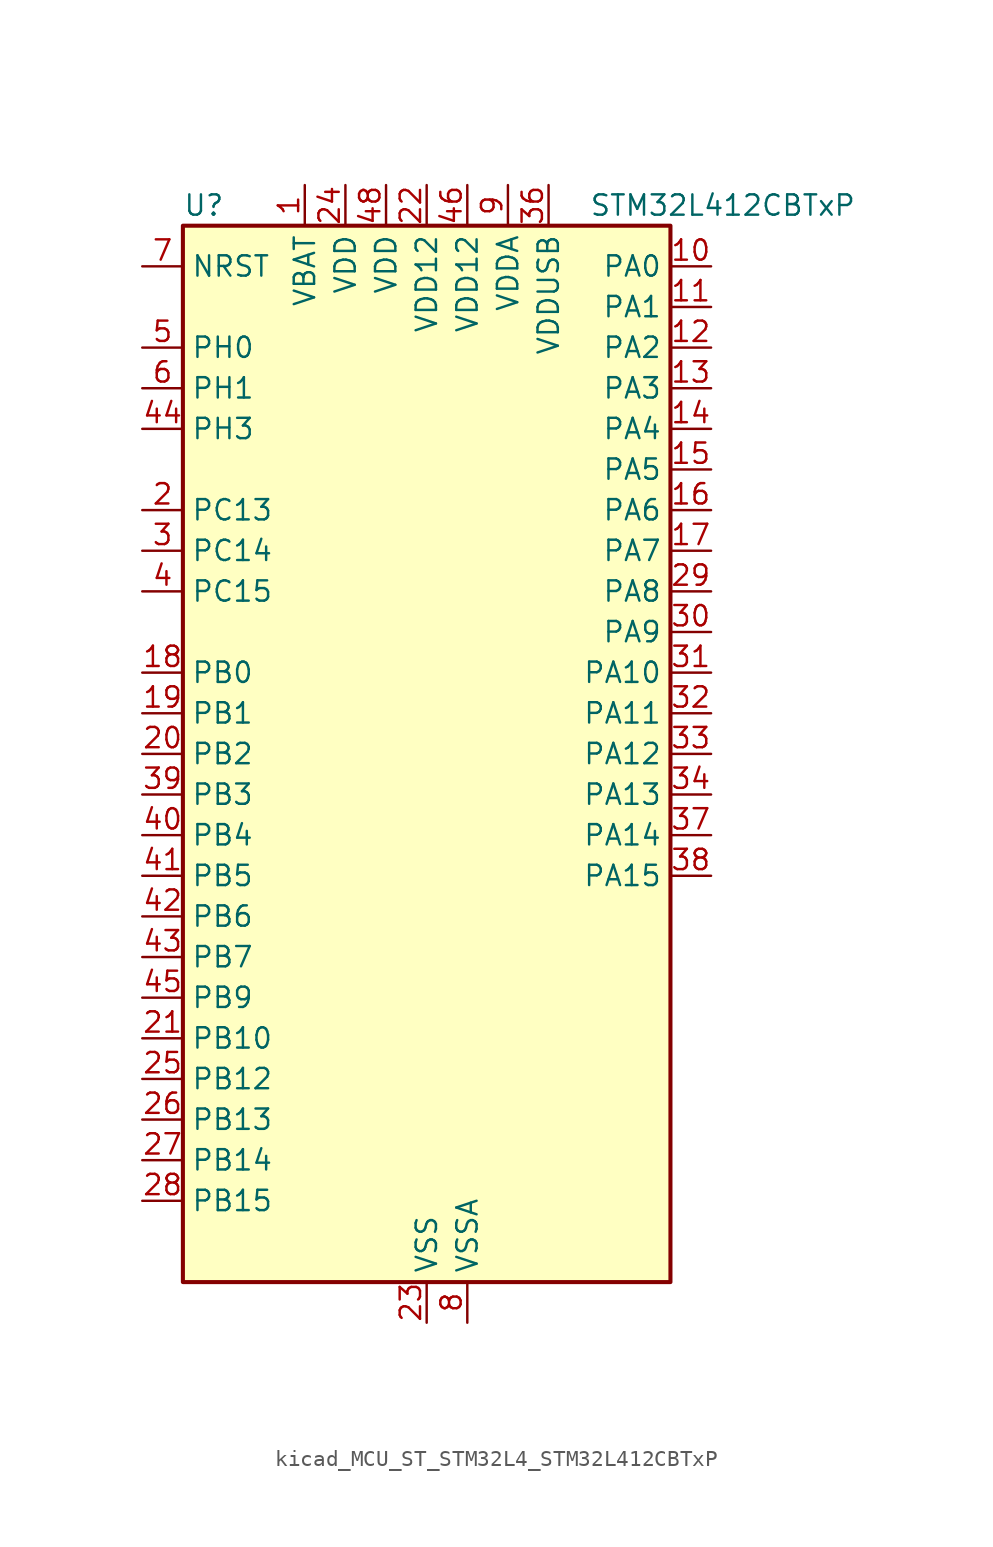
<source format=kicad_sym>
(kicad_symbol_lib
  (version 20220914)
  (generator kicad_symbol_editor)
  (symbol "kicad_MCU_ST_STM32L4_STM32L412CBTxP"
    (property "Reference" "U"
      (at -15.24 34.29 0)
      (effects (font (size 1.27 1.27)) (justify left)))
    (property "Value" "STM32L412CBTxP"
      (at 10.16 34.29 0)
      (effects (font (size 1.27 1.27)) (justify left)))
    (property "ki_locked" ""
      (at 0 0 0)
      (effects (font (size 1.27 1.27))))
    (symbol "kicad_MCU_ST_STM32L4_STM32L412CBTxP_0_1"
      (rectangle (start -15.24 -33.02) (end 15.24 33.02) (stroke (width 0.254) (type default)) (fill (type background))))
    (symbol "kicad_MCU_ST_STM32L4_STM32L412CBTxP_1_1"
      (pin power_in line (at -7.62 35.56 270) (length 2.54) (name "VBAT" (effects (font (size 1.27 1.27)))) (number "1" (effects (font (size 1.27 1.27)))))
      (pin bidirectional line (at 17.78 30.48 180) (length 2.54) (name "PA0" (effects (font (size 1.27 1.27)))) (number "10" (effects (font (size 1.27 1.27)))) (alternate "ADC1_IN5" bidirectional line) (alternate "COMP1_INM" bidirectional line) (alternate "COMP1_OUT" bidirectional line) (alternate "OPAMP1_VINP" bidirectional line) (alternate "RTC_TAMP2" bidirectional line) (alternate "SYS_WKUP1" bidirectional line) (alternate "TIM2_CH1" bidirectional line) (alternate "TIM2_ETR" bidirectional line) (alternate "USART2_CTS" bidirectional line))
      (pin bidirectional line (at 17.78 27.94 180) (length 2.54) (name "PA1" (effects (font (size 1.27 1.27)))) (number "11" (effects (font (size 1.27 1.27)))) (alternate "ADC1_IN6" bidirectional line) (alternate "COMP1_INP" bidirectional line) (alternate "I2C1_SMBA" bidirectional line) (alternate "OPAMP1_VINM" bidirectional line) (alternate "SPI1_SCK" bidirectional line) (alternate "TIM15_CH1N" bidirectional line) (alternate "TIM2_CH2" bidirectional line) (alternate "USART2_DE" bidirectional line) (alternate "USART2_RTS" bidirectional line))
      (pin bidirectional line (at 17.78 25.4 180) (length 2.54) (name "PA2" (effects (font (size 1.27 1.27)))) (number "12" (effects (font (size 1.27 1.27)))) (alternate "ADC1_IN7" bidirectional line) (alternate "ADC2_IN7" bidirectional line) (alternate "LPUART1_TX" bidirectional line) (alternate "QUADSPI_BK1_NCS" bidirectional line) (alternate "RCC_LSCO" bidirectional line) (alternate "SYS_WKUP4" bidirectional line) (alternate "TIM15_CH1" bidirectional line) (alternate "TIM2_CH3" bidirectional line) (alternate "USART2_TX" bidirectional line))
      (pin bidirectional line (at 17.78 22.86 180) (length 2.54) (name "PA3" (effects (font (size 1.27 1.27)))) (number "13" (effects (font (size 1.27 1.27)))) (alternate "ADC1_IN8" bidirectional line) (alternate "ADC2_IN8" bidirectional line) (alternate "LPUART1_RX" bidirectional line) (alternate "OPAMP1_VOUT" bidirectional line) (alternate "QUADSPI_CLK" bidirectional line) (alternate "TIM15_CH2" bidirectional line) (alternate "TIM2_CH4" bidirectional line) (alternate "USART2_RX" bidirectional line))
      (pin bidirectional line (at 17.78 20.32 180) (length 2.54) (name "PA4" (effects (font (size 1.27 1.27)))) (number "14" (effects (font (size 1.27 1.27)))) (alternate "ADC1_IN9" bidirectional line) (alternate "ADC2_IN9" bidirectional line) (alternate "COMP1_INM" bidirectional line) (alternate "LPTIM2_OUT" bidirectional line) (alternate "SPI1_NSS" bidirectional line) (alternate "USART2_CK" bidirectional line))
      (pin bidirectional line (at 17.78 17.78 180) (length 2.54) (name "PA5" (effects (font (size 1.27 1.27)))) (number "15" (effects (font (size 1.27 1.27)))) (alternate "ADC1_IN10" bidirectional line) (alternate "ADC2_IN10" bidirectional line) (alternate "COMP1_INM" bidirectional line) (alternate "LPTIM2_ETR" bidirectional line) (alternate "SPI1_SCK" bidirectional line) (alternate "TIM2_CH1" bidirectional line) (alternate "TIM2_ETR" bidirectional line))
      (pin bidirectional line (at 17.78 15.24 180) (length 2.54) (name "PA6" (effects (font (size 1.27 1.27)))) (number "16" (effects (font (size 1.27 1.27)))) (alternate "ADC1_IN11" bidirectional line) (alternate "ADC2_IN11" bidirectional line) (alternate "COMP1_OUT" bidirectional line) (alternate "LPUART1_CTS" bidirectional line) (alternate "QUADSPI_BK1_IO3" bidirectional line) (alternate "SPI1_MISO" bidirectional line) (alternate "TIM16_CH1" bidirectional line) (alternate "TIM1_BKIN" bidirectional line) (alternate "USART3_CTS" bidirectional line))
      (pin bidirectional line (at 17.78 12.7 180) (length 2.54) (name "PA7" (effects (font (size 1.27 1.27)))) (number "17" (effects (font (size 1.27 1.27)))) (alternate "ADC1_IN12" bidirectional line) (alternate "ADC2_IN12" bidirectional line) (alternate "I2C3_SCL" bidirectional line) (alternate "QUADSPI_BK1_IO2" bidirectional line) (alternate "SPI1_MOSI" bidirectional line) (alternate "TIM1_CH1N" bidirectional line))
      (pin bidirectional line (at -17.78 5.08 0) (length 2.54) (name "PB0" (effects (font (size 1.27 1.27)))) (number "18" (effects (font (size 1.27 1.27)))) (alternate "ADC1_IN15" bidirectional line) (alternate "ADC2_IN15" bidirectional line) (alternate "COMP1_OUT" bidirectional line) (alternate "QUADSPI_BK1_IO1" bidirectional line) (alternate "SPI1_NSS" bidirectional line) (alternate "SYS_TRACED0" bidirectional line) (alternate "TIM1_CH2N" bidirectional line) (alternate "USART3_CK" bidirectional line))
      (pin bidirectional line (at -17.78 2.54 0) (length 2.54) (name "PB1" (effects (font (size 1.27 1.27)))) (number "19" (effects (font (size 1.27 1.27)))) (alternate "ADC1_IN16" bidirectional line) (alternate "ADC2_IN16" bidirectional line) (alternate "COMP1_INM" bidirectional line) (alternate "LPTIM2_IN1" bidirectional line) (alternate "LPUART1_DE" bidirectional line) (alternate "LPUART1_RTS" bidirectional line) (alternate "QUADSPI_BK1_IO0" bidirectional line) (alternate "SYS_TRACED1" bidirectional line) (alternate "TIM1_CH3N" bidirectional line) (alternate "USART3_DE" bidirectional line) (alternate "USART3_RTS" bidirectional line))
      (pin bidirectional line (at -17.78 15.24 0) (length 2.54) (name "PC13" (effects (font (size 1.27 1.27)))) (number "2" (effects (font (size 1.27 1.27)))) (alternate "RTC_OUT_ALARM" bidirectional line) (alternate "RTC_OUT_CALIB" bidirectional line) (alternate "RTC_TAMP1" bidirectional line) (alternate "RTC_TS" bidirectional line) (alternate "SYS_WKUP2" bidirectional line))
      (pin bidirectional line (at -17.78 0 0) (length 2.54) (name "PB2" (effects (font (size 1.27 1.27)))) (number "20" (effects (font (size 1.27 1.27)))) (alternate "COMP1_INP" bidirectional line) (alternate "I2C3_SMBA" bidirectional line) (alternate "LPTIM1_OUT" bidirectional line) (alternate "RTC_OUT_ALARM" bidirectional line) (alternate "RTC_OUT_CALIB" bidirectional line))
      (pin bidirectional line (at -17.78 -17.78 0) (length 2.54) (name "PB10" (effects (font (size 1.27 1.27)))) (number "21" (effects (font (size 1.27 1.27)))) (alternate "COMP1_OUT" bidirectional line) (alternate "I2C2_SCL" bidirectional line) (alternate "LPUART1_RX" bidirectional line) (alternate "QUADSPI_CLK" bidirectional line) (alternate "SPI2_SCK" bidirectional line) (alternate "TIM2_CH3" bidirectional line) (alternate "TSC_SYNC" bidirectional line) (alternate "USART3_TX" bidirectional line))
      (pin power_in line (at 0 35.56 270) (length 2.54) (name "VDD12" (effects (font (size 1.27 1.27)))) (number "22" (effects (font (size 1.27 1.27)))))
      (pin power_in line (at 0 -35.56 90) (length 2.54) (name "VSS" (effects (font (size 1.27 1.27)))) (number "23" (effects (font (size 1.27 1.27)))))
      (pin power_in line (at -5.08 35.56 270) (length 2.54) (name "VDD" (effects (font (size 1.27 1.27)))) (number "24" (effects (font (size 1.27 1.27)))))
      (pin bidirectional line (at -17.78 -20.32 0) (length 2.54) (name "PB12" (effects (font (size 1.27 1.27)))) (number "25" (effects (font (size 1.27 1.27)))) (alternate "I2C2_SMBA" bidirectional line) (alternate "LPUART1_DE" bidirectional line) (alternate "LPUART1_RTS" bidirectional line) (alternate "SPI2_NSS" bidirectional line) (alternate "TIM15_BKIN" bidirectional line) (alternate "TIM1_BKIN" bidirectional line) (alternate "TSC_G1_IO1" bidirectional line) (alternate "USART3_CK" bidirectional line))
      (pin bidirectional line (at -17.78 -22.86 0) (length 2.54) (name "PB13" (effects (font (size 1.27 1.27)))) (number "26" (effects (font (size 1.27 1.27)))) (alternate "I2C2_SCL" bidirectional line) (alternate "LPUART1_CTS" bidirectional line) (alternate "SPI2_SCK" bidirectional line) (alternate "TIM15_CH1N" bidirectional line) (alternate "TIM1_CH1N" bidirectional line) (alternate "TSC_G1_IO2" bidirectional line) (alternate "USART3_CTS" bidirectional line))
      (pin bidirectional line (at -17.78 -25.4 0) (length 2.54) (name "PB14" (effects (font (size 1.27 1.27)))) (number "27" (effects (font (size 1.27 1.27)))) (alternate "I2C2_SDA" bidirectional line) (alternate "SPI2_MISO" bidirectional line) (alternate "TIM15_CH1" bidirectional line) (alternate "TIM1_CH2N" bidirectional line) (alternate "TSC_G1_IO3" bidirectional line) (alternate "USART3_DE" bidirectional line) (alternate "USART3_RTS" bidirectional line))
      (pin bidirectional line (at -17.78 -27.94 0) (length 2.54) (name "PB15" (effects (font (size 1.27 1.27)))) (number "28" (effects (font (size 1.27 1.27)))) (alternate "ADC1_EXTI15" bidirectional line) (alternate "ADC2_EXTI15" bidirectional line) (alternate "RTC_REFIN" bidirectional line) (alternate "SPI2_MOSI" bidirectional line) (alternate "TIM15_CH2" bidirectional line) (alternate "TIM1_CH3N" bidirectional line) (alternate "TSC_G1_IO4" bidirectional line))
      (pin bidirectional line (at 17.78 10.16 180) (length 2.54) (name "PA8" (effects (font (size 1.27 1.27)))) (number "29" (effects (font (size 1.27 1.27)))) (alternate "LPTIM2_OUT" bidirectional line) (alternate "RCC_MCO" bidirectional line) (alternate "TIM1_CH1" bidirectional line) (alternate "USART1_CK" bidirectional line))
      (pin bidirectional line (at -17.78 12.7 0) (length 2.54) (name "PC14" (effects (font (size 1.27 1.27)))) (number "3" (effects (font (size 1.27 1.27)))) (alternate "RCC_OSC32_IN" bidirectional line))
      (pin bidirectional line (at 17.78 7.62 180) (length 2.54) (name "PA9" (effects (font (size 1.27 1.27)))) (number "30" (effects (font (size 1.27 1.27)))) (alternate "I2C1_SCL" bidirectional line) (alternate "TIM15_BKIN" bidirectional line) (alternate "TIM1_CH2" bidirectional line) (alternate "USART1_TX" bidirectional line))
      (pin bidirectional line (at 17.78 5.08 180) (length 2.54) (name "PA10" (effects (font (size 1.27 1.27)))) (number "31" (effects (font (size 1.27 1.27)))) (alternate "CRS_SYNC" bidirectional line) (alternate "I2C1_SDA" bidirectional line) (alternate "TIM1_CH3" bidirectional line) (alternate "USART1_RX" bidirectional line))
      (pin bidirectional line (at 17.78 2.54 180) (length 2.54) (name "PA11" (effects (font (size 1.27 1.27)))) (number "32" (effects (font (size 1.27 1.27)))) (alternate "ADC1_EXTI11" bidirectional line) (alternate "ADC2_EXTI11" bidirectional line) (alternate "COMP1_OUT" bidirectional line) (alternate "SPI1_MISO" bidirectional line) (alternate "TIM1_BKIN2" bidirectional line) (alternate "TIM1_BKIN2_COMP1" bidirectional line) (alternate "TIM1_CH4" bidirectional line) (alternate "USART1_CTS" bidirectional line) (alternate "USB_DM" bidirectional line))
      (pin bidirectional line (at 17.78 0 180) (length 2.54) (name "PA12" (effects (font (size 1.27 1.27)))) (number "33" (effects (font (size 1.27 1.27)))) (alternate "SPI1_MOSI" bidirectional line) (alternate "TIM1_ETR" bidirectional line) (alternate "USART1_DE" bidirectional line) (alternate "USART1_RTS" bidirectional line) (alternate "USB_DP" bidirectional line))
      (pin bidirectional line (at 17.78 -2.54 180) (length 2.54) (name "PA13" (effects (font (size 1.27 1.27)))) (number "34" (effects (font (size 1.27 1.27)))) (alternate "IR_OUT" bidirectional line) (alternate "SYS_JTMS-SWDIO" bidirectional line) (alternate "USB_NOE" bidirectional line))
      (pin passive line (at 0 -35.56 90) (length 2.54) hide (name "VSS" (effects (font (size 1.27 1.27)))) (number "35" (effects (font (size 1.27 1.27)))))
      (pin power_in line (at 7.62 35.56 270) (length 2.54) (name "VDDUSB" (effects (font (size 1.27 1.27)))) (number "36" (effects (font (size 1.27 1.27)))))
      (pin bidirectional line (at 17.78 -5.08 180) (length 2.54) (name "PA14" (effects (font (size 1.27 1.27)))) (number "37" (effects (font (size 1.27 1.27)))) (alternate "I2C1_SMBA" bidirectional line) (alternate "LPTIM1_OUT" bidirectional line) (alternate "SYS_JTCK-SWCLK" bidirectional line))
      (pin bidirectional line (at 17.78 -7.62 180) (length 2.54) (name "PA15" (effects (font (size 1.27 1.27)))) (number "38" (effects (font (size 1.27 1.27)))) (alternate "ADC1_EXTI15" bidirectional line) (alternate "ADC2_EXTI15" bidirectional line) (alternate "SPI1_NSS" bidirectional line) (alternate "SYS_JTDI" bidirectional line) (alternate "TIM2_CH1" bidirectional line) (alternate "TIM2_ETR" bidirectional line) (alternate "USART2_RX" bidirectional line) (alternate "USART3_DE" bidirectional line) (alternate "USART3_RTS" bidirectional line))
      (pin bidirectional line (at -17.78 -2.54 0) (length 2.54) (name "PB3" (effects (font (size 1.27 1.27)))) (number "39" (effects (font (size 1.27 1.27)))) (alternate "SPI1_SCK" bidirectional line) (alternate "SYS_JTDO-SWO" bidirectional line) (alternate "TIM2_CH2" bidirectional line) (alternate "USART1_DE" bidirectional line) (alternate "USART1_RTS" bidirectional line))
      (pin bidirectional line (at -17.78 10.16 0) (length 2.54) (name "PC15" (effects (font (size 1.27 1.27)))) (number "4" (effects (font (size 1.27 1.27)))) (alternate "ADC1_EXTI15" bidirectional line) (alternate "ADC2_EXTI15" bidirectional line) (alternate "RCC_OSC32_OUT" bidirectional line))
      (pin bidirectional line (at -17.78 -5.08 0) (length 2.54) (name "PB4" (effects (font (size 1.27 1.27)))) (number "40" (effects (font (size 1.27 1.27)))) (alternate "I2C3_SDA" bidirectional line) (alternate "SPI1_MISO" bidirectional line) (alternate "SYS_JTRST" bidirectional line) (alternate "TSC_G2_IO1" bidirectional line) (alternate "USART1_CTS" bidirectional line))
      (pin bidirectional line (at -17.78 -7.62 0) (length 2.54) (name "PB5" (effects (font (size 1.27 1.27)))) (number "41" (effects (font (size 1.27 1.27)))) (alternate "I2C1_SMBA" bidirectional line) (alternate "LPTIM1_IN1" bidirectional line) (alternate "SPI1_MOSI" bidirectional line) (alternate "SYS_TRACED2" bidirectional line) (alternate "TIM16_BKIN" bidirectional line) (alternate "TSC_G2_IO2" bidirectional line) (alternate "USART1_CK" bidirectional line))
      (pin bidirectional line (at -17.78 -10.16 0) (length 2.54) (name "PB6" (effects (font (size 1.27 1.27)))) (number "42" (effects (font (size 1.27 1.27)))) (alternate "I2C1_SCL" bidirectional line) (alternate "LPTIM1_ETR" bidirectional line) (alternate "SYS_TRACED3" bidirectional line) (alternate "TIM16_CH1N" bidirectional line) (alternate "TSC_G2_IO3" bidirectional line) (alternate "USART1_TX" bidirectional line))
      (pin bidirectional line (at -17.78 -12.7 0) (length 2.54) (name "PB7" (effects (font (size 1.27 1.27)))) (number "43" (effects (font (size 1.27 1.27)))) (alternate "I2C1_SDA" bidirectional line) (alternate "LPTIM1_IN2" bidirectional line) (alternate "SYS_PVD_IN" bidirectional line) (alternate "SYS_TRACECLK" bidirectional line) (alternate "TSC_G2_IO4" bidirectional line) (alternate "USART1_RX" bidirectional line))
      (pin bidirectional line (at -17.78 20.32 0) (length 2.54) (name "PH3" (effects (font (size 1.27 1.27)))) (number "44" (effects (font (size 1.27 1.27)))))
      (pin bidirectional line (at -17.78 -15.24 0) (length 2.54) (name "PB9" (effects (font (size 1.27 1.27)))) (number "45" (effects (font (size 1.27 1.27)))) (alternate "I2C1_SDA" bidirectional line) (alternate "IR_OUT" bidirectional line) (alternate "SPI2_NSS" bidirectional line))
      (pin power_in line (at 2.54 35.56 270) (length 2.54) (name "VDD12" (effects (font (size 1.27 1.27)))) (number "46" (effects (font (size 1.27 1.27)))))
      (pin passive line (at 0 -35.56 90) (length 2.54) hide (name "VSS" (effects (font (size 1.27 1.27)))) (number "47" (effects (font (size 1.27 1.27)))))
      (pin power_in line (at -2.54 35.56 270) (length 2.54) (name "VDD" (effects (font (size 1.27 1.27)))) (number "48" (effects (font (size 1.27 1.27)))))
      (pin bidirectional line (at -17.78 25.4 0) (length 2.54) (name "PH0" (effects (font (size 1.27 1.27)))) (number "5" (effects (font (size 1.27 1.27)))) (alternate "RCC_OSC_IN" bidirectional line))
      (pin bidirectional line (at -17.78 22.86 0) (length 2.54) (name "PH1" (effects (font (size 1.27 1.27)))) (number "6" (effects (font (size 1.27 1.27)))) (alternate "RCC_OSC_OUT" bidirectional line))
      (pin input line (at -17.78 30.48 0) (length 2.54) (name "NRST" (effects (font (size 1.27 1.27)))) (number "7" (effects (font (size 1.27 1.27)))))
      (pin power_in line (at 2.54 -35.56 90) (length 2.54) (name "VSSA" (effects (font (size 1.27 1.27)))) (number "8" (effects (font (size 1.27 1.27)))))
      (pin power_in line (at 5.08 35.56 270) (length 2.54) (name "VDDA" (effects (font (size 1.27 1.27)))) (number "9" (effects (font (size 1.27 1.27))))))))
</source>
